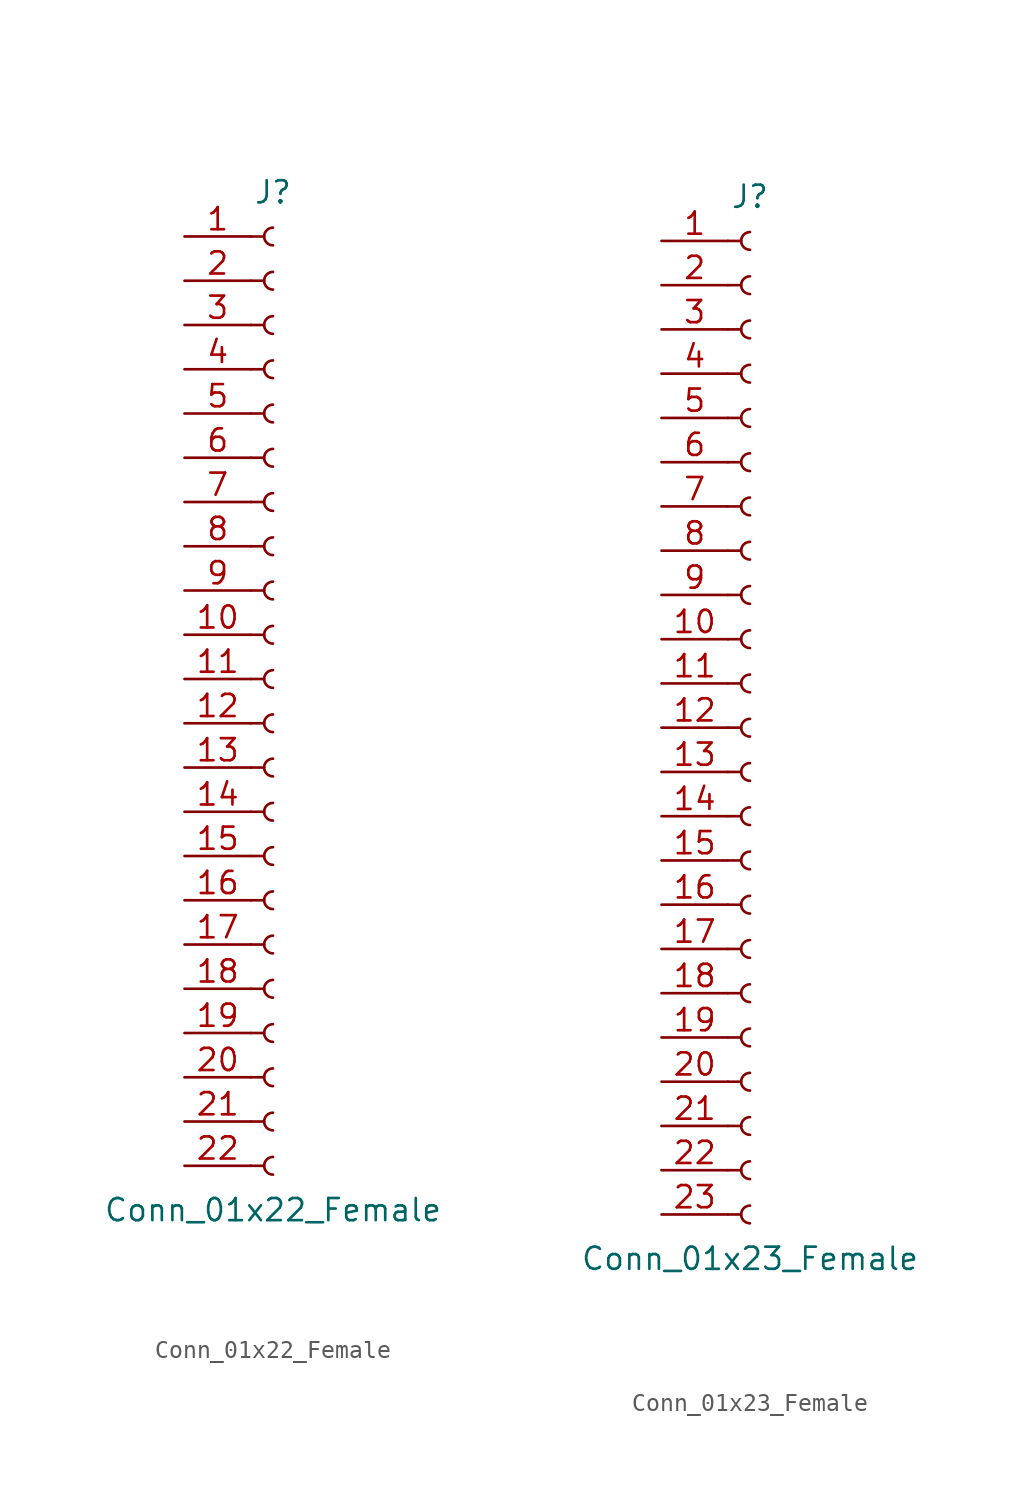
<source format=kicad_sym>
(kicad_symbol_lib
  (version 20211014)
  (generator kicad_symbol_editor)
  (symbol "Conn_01x22_Female"
    (pin_names
      (offset 1.016) hide)
    (property "Reference" "J"
      (at 0 27.94 0)
      (effects (font (size 1.27 1.27))))
    (property "Value" "Conn_01x22_Female"
      (at 0 -30.48 0)
      (effects (font (size 1.27 1.27))))
    (symbol "Conn_01x22_Female_1_1"
      (arc (start 0 -27.432) (mid -0.508 -27.94) (end 0 -28.448) (stroke (width 0.1524) (type default) (color 0 0 0 0)) (fill (type none)))
      (arc (start 0 -24.892) (mid -0.508 -25.4) (end 0 -25.908) (stroke (width 0.1524) (type default) (color 0 0 0 0)) (fill (type none)))
      (arc (start 0 -22.352) (mid -0.508 -22.86) (end 0 -23.368) (stroke (width 0.1524) (type default) (color 0 0 0 0)) (fill (type none)))
      (arc (start 0 -19.812) (mid -0.508 -20.32) (end 0 -20.828) (stroke (width 0.1524) (type default) (color 0 0 0 0)) (fill (type none)))
      (arc (start 0 -17.272) (mid -0.508 -17.78) (end 0 -18.288) (stroke (width 0.1524) (type default) (color 0 0 0 0)) (fill (type none)))
      (arc (start 0 -14.732) (mid -0.508 -15.24) (end 0 -15.748) (stroke (width 0.1524) (type default) (color 0 0 0 0)) (fill (type none)))
      (arc (start 0 -12.192) (mid -0.508 -12.7) (end 0 -13.208) (stroke (width 0.1524) (type default) (color 0 0 0 0)) (fill (type none)))
      (arc (start 0 -9.652) (mid -0.508 -10.16) (end 0 -10.668) (stroke (width 0.1524) (type default) (color 0 0 0 0)) (fill (type none)))
      (arc (start 0 -7.112) (mid -0.508 -7.62) (end 0 -8.128) (stroke (width 0.1524) (type default) (color 0 0 0 0)) (fill (type none)))
      (arc (start 0 -4.572) (mid -0.508 -5.08) (end 0 -5.588) (stroke (width 0.1524) (type default) (color 0 0 0 0)) (fill (type none)))
      (arc (start 0 -2.032) (mid -0.508 -2.54) (end 0 -3.048) (stroke (width 0.1524) (type default) (color 0 0 0 0)) (fill (type none)))
      (polyline (pts (xy -1.27 -27.94) (xy -0.508 -27.94)) (stroke (width 0.152) (type default) (color 0 0 0 0)) (fill (type none)))
      (polyline (pts (xy -1.27 -25.4) (xy -0.508 -25.4)) (stroke (width 0.152) (type default) (color 0 0 0 0)) (fill (type none)))
      (polyline (pts (xy -1.27 -22.86) (xy -0.508 -22.86)) (stroke (width 0.152) (type default) (color 0 0 0 0)) (fill (type none)))
      (polyline (pts (xy -1.27 -20.32) (xy -0.508 -20.32)) (stroke (width 0.152) (type default) (color 0 0 0 0)) (fill (type none)))
      (polyline (pts (xy -1.27 -17.78) (xy -0.508 -17.78)) (stroke (width 0.152) (type default) (color 0 0 0 0)) (fill (type none)))
      (polyline (pts (xy -1.27 -15.24) (xy -0.508 -15.24)) (stroke (width 0.152) (type default) (color 0 0 0 0)) (fill (type none)))
      (polyline (pts (xy -1.27 -12.7) (xy -0.508 -12.7)) (stroke (width 0.152) (type default) (color 0 0 0 0)) (fill (type none)))
      (polyline (pts (xy -1.27 -10.16) (xy -0.508 -10.16)) (stroke (width 0.152) (type default) (color 0 0 0 0)) (fill (type none)))
      (polyline (pts (xy -1.27 -7.62) (xy -0.508 -7.62)) (stroke (width 0.152) (type default) (color 0 0 0 0)) (fill (type none)))
      (polyline (pts (xy -1.27 -5.08) (xy -0.508 -5.08)) (stroke (width 0.152) (type default) (color 0 0 0 0)) (fill (type none)))
      (polyline (pts (xy -1.27 -2.54) (xy -0.508 -2.54)) (stroke (width 0.152) (type default) (color 0 0 0 0)) (fill (type none)))
      (polyline (pts (xy -1.27 0) (xy -0.508 0)) (stroke (width 0.152) (type default) (color 0 0 0 0)) (fill (type none)))
      (polyline (pts (xy -1.27 2.54) (xy -0.508 2.54)) (stroke (width 0.152) (type default) (color 0 0 0 0)) (fill (type none)))
      (polyline (pts (xy -1.27 5.08) (xy -0.508 5.08)) (stroke (width 0.152) (type default) (color 0 0 0 0)) (fill (type none)))
      (polyline (pts (xy -1.27 7.62) (xy -0.508 7.62)) (stroke (width 0.152) (type default) (color 0 0 0 0)) (fill (type none)))
      (polyline (pts (xy -1.27 10.16) (xy -0.508 10.16)) (stroke (width 0.152) (type default) (color 0 0 0 0)) (fill (type none)))
      (polyline (pts (xy -1.27 12.7) (xy -0.508 12.7)) (stroke (width 0.152) (type default) (color 0 0 0 0)) (fill (type none)))
      (polyline (pts (xy -1.27 15.24) (xy -0.508 15.24)) (stroke (width 0.152) (type default) (color 0 0 0 0)) (fill (type none)))
      (polyline (pts (xy -1.27 17.78) (xy -0.508 17.78)) (stroke (width 0.152) (type default) (color 0 0 0 0)) (fill (type none)))
      (polyline (pts (xy -1.27 20.32) (xy -0.508 20.32)) (stroke (width 0.152) (type default) (color 0 0 0 0)) (fill (type none)))
      (polyline (pts (xy -1.27 22.86) (xy -0.508 22.86)) (stroke (width 0.152) (type default) (color 0 0 0 0)) (fill (type none)))
      (polyline (pts (xy -1.27 25.4) (xy -0.508 25.4)) (stroke (width 0.152) (type default) (color 0 0 0 0)) (fill (type none)))
      (arc (start 0 0.508) (mid -0.508 0) (end 0 -0.508) (stroke (width 0.1524) (type default) (color 0 0 0 0)) (fill (type none)))
      (arc (start 0 3.048) (mid -0.508 2.54) (end 0 2.032) (stroke (width 0.1524) (type default) (color 0 0 0 0)) (fill (type none)))
      (arc (start 0 5.588) (mid -0.508 5.08) (end 0 4.572) (stroke (width 0.1524) (type default) (color 0 0 0 0)) (fill (type none)))
      (arc (start 0 8.128) (mid -0.508 7.62) (end 0 7.112) (stroke (width 0.1524) (type default) (color 0 0 0 0)) (fill (type none)))
      (arc (start 0 10.668) (mid -0.508 10.16) (end 0 9.652) (stroke (width 0.1524) (type default) (color 0 0 0 0)) (fill (type none)))
      (arc (start 0 13.208) (mid -0.508 12.7) (end 0 12.192) (stroke (width 0.1524) (type default) (color 0 0 0 0)) (fill (type none)))
      (arc (start 0 15.748) (mid -0.508 15.24) (end 0 14.732) (stroke (width 0.1524) (type default) (color 0 0 0 0)) (fill (type none)))
      (arc (start 0 18.288) (mid -0.508 17.78) (end 0 17.272) (stroke (width 0.1524) (type default) (color 0 0 0 0)) (fill (type none)))
      (arc (start 0 20.828) (mid -0.508 20.32) (end 0 19.812) (stroke (width 0.1524) (type default) (color 0 0 0 0)) (fill (type none)))
      (arc (start 0 23.368) (mid -0.508 22.86) (end 0 22.352) (stroke (width 0.1524) (type default) (color 0 0 0 0)) (fill (type none)))
      (arc (start 0 25.908) (mid -0.508 25.4) (end 0 24.892) (stroke (width 0.1524) (type default) (color 0 0 0 0)) (fill (type none)))
      (pin passive line (at -5.08 25.4 0) (length 3.81) (name "Pin_1" (effects (font (size 1.27 1.27)))) (number "1" (effects (font (size 1.27 1.27)))))
      (pin passive line (at -5.08 2.54 0) (length 3.81) (name "Pin_10" (effects (font (size 1.27 1.27)))) (number "10" (effects (font (size 1.27 1.27)))))
      (pin passive line (at -5.08 0 0) (length 3.81) (name "Pin_11" (effects (font (size 1.27 1.27)))) (number "11" (effects (font (size 1.27 1.27)))))
      (pin passive line (at -5.08 -2.54 0) (length 3.81) (name "Pin_12" (effects (font (size 1.27 1.27)))) (number "12" (effects (font (size 1.27 1.27)))))
      (pin passive line (at -5.08 -5.08 0) (length 3.81) (name "Pin_13" (effects (font (size 1.27 1.27)))) (number "13" (effects (font (size 1.27 1.27)))))
      (pin passive line (at -5.08 -7.62 0) (length 3.81) (name "Pin_14" (effects (font (size 1.27 1.27)))) (number "14" (effects (font (size 1.27 1.27)))))
      (pin passive line (at -5.08 -10.16 0) (length 3.81) (name "Pin_15" (effects (font (size 1.27 1.27)))) (number "15" (effects (font (size 1.27 1.27)))))
      (pin passive line (at -5.08 -12.7 0) (length 3.81) (name "Pin_16" (effects (font (size 1.27 1.27)))) (number "16" (effects (font (size 1.27 1.27)))))
      (pin passive line (at -5.08 -15.24 0) (length 3.81) (name "Pin_17" (effects (font (size 1.27 1.27)))) (number "17" (effects (font (size 1.27 1.27)))))
      (pin passive line (at -5.08 -17.78 0) (length 3.81) (name "Pin_18" (effects (font (size 1.27 1.27)))) (number "18" (effects (font (size 1.27 1.27)))))
      (pin passive line (at -5.08 -20.32 0) (length 3.81) (name "Pin_19" (effects (font (size 1.27 1.27)))) (number "19" (effects (font (size 1.27 1.27)))))
      (pin passive line (at -5.08 22.86 0) (length 3.81) (name "Pin_2" (effects (font (size 1.27 1.27)))) (number "2" (effects (font (size 1.27 1.27)))))
      (pin passive line (at -5.08 -22.86 0) (length 3.81) (name "Pin_20" (effects (font (size 1.27 1.27)))) (number "20" (effects (font (size 1.27 1.27)))))
      (pin passive line (at -5.08 -25.4 0) (length 3.81) (name "Pin_21" (effects (font (size 1.27 1.27)))) (number "21" (effects (font (size 1.27 1.27)))))
      (pin passive line (at -5.08 -27.94 0) (length 3.81) (name "Pin_22" (effects (font (size 1.27 1.27)))) (number "22" (effects (font (size 1.27 1.27)))))
      (pin passive line (at -5.08 20.32 0) (length 3.81) (name "Pin_3" (effects (font (size 1.27 1.27)))) (number "3" (effects (font (size 1.27 1.27)))))
      (pin passive line (at -5.08 17.78 0) (length 3.81) (name "Pin_4" (effects (font (size 1.27 1.27)))) (number "4" (effects (font (size 1.27 1.27)))))
      (pin passive line (at -5.08 15.24 0) (length 3.81) (name "Pin_5" (effects (font (size 1.27 1.27)))) (number "5" (effects (font (size 1.27 1.27)))))
      (pin passive line (at -5.08 12.7 0) (length 3.81) (name "Pin_6" (effects (font (size 1.27 1.27)))) (number "6" (effects (font (size 1.27 1.27)))))
      (pin passive line (at -5.08 10.16 0) (length 3.81) (name "Pin_7" (effects (font (size 1.27 1.27)))) (number "7" (effects (font (size 1.27 1.27)))))
      (pin passive line (at -5.08 7.62 0) (length 3.81) (name "Pin_8" (effects (font (size 1.27 1.27)))) (number "8" (effects (font (size 1.27 1.27)))))
      (pin passive line (at -5.08 5.08 0) (length 3.81) (name "Pin_9" (effects (font (size 1.27 1.27)))) (number "9" (effects (font (size 1.27 1.27)))))))
  (symbol "Conn_01x23_Female"
    (pin_names
      (offset 1.016) hide)
    (property "Reference" "J"
      (at 0 30.48 0)
      (effects (font (size 1.27 1.27))))
    (property "Value" "Conn_01x23_Female"
      (at 0 -30.48 0)
      (effects (font (size 1.27 1.27))))
    (symbol "Conn_01x23_Female_1_1"
      (arc (start 0 -27.432) (mid -0.508 -27.94) (end 0 -28.448) (stroke (width 0.1524) (type default) (color 0 0 0 0)) (fill (type none)))
      (arc (start 0 -24.892) (mid -0.508 -25.4) (end 0 -25.908) (stroke (width 0.1524) (type default) (color 0 0 0 0)) (fill (type none)))
      (arc (start 0 -22.352) (mid -0.508 -22.86) (end 0 -23.368) (stroke (width 0.1524) (type default) (color 0 0 0 0)) (fill (type none)))
      (arc (start 0 -19.812) (mid -0.508 -20.32) (end 0 -20.828) (stroke (width 0.1524) (type default) (color 0 0 0 0)) (fill (type none)))
      (arc (start 0 -17.272) (mid -0.508 -17.78) (end 0 -18.288) (stroke (width 0.1524) (type default) (color 0 0 0 0)) (fill (type none)))
      (arc (start 0 -14.732) (mid -0.508 -15.24) (end 0 -15.748) (stroke (width 0.1524) (type default) (color 0 0 0 0)) (fill (type none)))
      (arc (start 0 -12.192) (mid -0.508 -12.7) (end 0 -13.208) (stroke (width 0.1524) (type default) (color 0 0 0 0)) (fill (type none)))
      (arc (start 0 -9.652) (mid -0.508 -10.16) (end 0 -10.668) (stroke (width 0.1524) (type default) (color 0 0 0 0)) (fill (type none)))
      (arc (start 0 -7.112) (mid -0.508 -7.62) (end 0 -8.128) (stroke (width 0.1524) (type default) (color 0 0 0 0)) (fill (type none)))
      (arc (start 0 -4.572) (mid -0.508 -5.08) (end 0 -5.588) (stroke (width 0.1524) (type default) (color 0 0 0 0)) (fill (type none)))
      (arc (start 0 -2.032) (mid -0.508 -2.54) (end 0 -3.048) (stroke (width 0.1524) (type default) (color 0 0 0 0)) (fill (type none)))
      (polyline (pts (xy -1.27 -27.94) (xy -0.508 -27.94)) (stroke (width 0.152) (type default) (color 0 0 0 0)) (fill (type none)))
      (polyline (pts (xy -1.27 -25.4) (xy -0.508 -25.4)) (stroke (width 0.152) (type default) (color 0 0 0 0)) (fill (type none)))
      (polyline (pts (xy -1.27 -22.86) (xy -0.508 -22.86)) (stroke (width 0.152) (type default) (color 0 0 0 0)) (fill (type none)))
      (polyline (pts (xy -1.27 -20.32) (xy -0.508 -20.32)) (stroke (width 0.152) (type default) (color 0 0 0 0)) (fill (type none)))
      (polyline (pts (xy -1.27 -17.78) (xy -0.508 -17.78)) (stroke (width 0.152) (type default) (color 0 0 0 0)) (fill (type none)))
      (polyline (pts (xy -1.27 -15.24) (xy -0.508 -15.24)) (stroke (width 0.152) (type default) (color 0 0 0 0)) (fill (type none)))
      (polyline (pts (xy -1.27 -12.7) (xy -0.508 -12.7)) (stroke (width 0.152) (type default) (color 0 0 0 0)) (fill (type none)))
      (polyline (pts (xy -1.27 -10.16) (xy -0.508 -10.16)) (stroke (width 0.152) (type default) (color 0 0 0 0)) (fill (type none)))
      (polyline (pts (xy -1.27 -7.62) (xy -0.508 -7.62)) (stroke (width 0.152) (type default) (color 0 0 0 0)) (fill (type none)))
      (polyline (pts (xy -1.27 -5.08) (xy -0.508 -5.08)) (stroke (width 0.152) (type default) (color 0 0 0 0)) (fill (type none)))
      (polyline (pts (xy -1.27 -2.54) (xy -0.508 -2.54)) (stroke (width 0.152) (type default) (color 0 0 0 0)) (fill (type none)))
      (polyline (pts (xy -1.27 0) (xy -0.508 0)) (stroke (width 0.152) (type default) (color 0 0 0 0)) (fill (type none)))
      (polyline (pts (xy -1.27 2.54) (xy -0.508 2.54)) (stroke (width 0.152) (type default) (color 0 0 0 0)) (fill (type none)))
      (polyline (pts (xy -1.27 5.08) (xy -0.508 5.08)) (stroke (width 0.152) (type default) (color 0 0 0 0)) (fill (type none)))
      (polyline (pts (xy -1.27 7.62) (xy -0.508 7.62)) (stroke (width 0.152) (type default) (color 0 0 0 0)) (fill (type none)))
      (polyline (pts (xy -1.27 10.16) (xy -0.508 10.16)) (stroke (width 0.152) (type default) (color 0 0 0 0)) (fill (type none)))
      (polyline (pts (xy -1.27 12.7) (xy -0.508 12.7)) (stroke (width 0.152) (type default) (color 0 0 0 0)) (fill (type none)))
      (polyline (pts (xy -1.27 15.24) (xy -0.508 15.24)) (stroke (width 0.152) (type default) (color 0 0 0 0)) (fill (type none)))
      (polyline (pts (xy -1.27 17.78) (xy -0.508 17.78)) (stroke (width 0.152) (type default) (color 0 0 0 0)) (fill (type none)))
      (polyline (pts (xy -1.27 20.32) (xy -0.508 20.32)) (stroke (width 0.152) (type default) (color 0 0 0 0)) (fill (type none)))
      (polyline (pts (xy -1.27 22.86) (xy -0.508 22.86)) (stroke (width 0.152) (type default) (color 0 0 0 0)) (fill (type none)))
      (polyline (pts (xy -1.27 25.4) (xy -0.508 25.4)) (stroke (width 0.152) (type default) (color 0 0 0 0)) (fill (type none)))
      (polyline (pts (xy -1.27 27.94) (xy -0.508 27.94)) (stroke (width 0.152) (type default) (color 0 0 0 0)) (fill (type none)))
      (arc (start 0 0.508) (mid -0.508 0) (end 0 -0.508) (stroke (width 0.1524) (type default) (color 0 0 0 0)) (fill (type none)))
      (arc (start 0 3.048) (mid -0.508 2.54) (end 0 2.032) (stroke (width 0.1524) (type default) (color 0 0 0 0)) (fill (type none)))
      (arc (start 0 5.588) (mid -0.508 5.08) (end 0 4.572) (stroke (width 0.1524) (type default) (color 0 0 0 0)) (fill (type none)))
      (arc (start 0 8.128) (mid -0.508 7.62) (end 0 7.112) (stroke (width 0.1524) (type default) (color 0 0 0 0)) (fill (type none)))
      (arc (start 0 10.668) (mid -0.508 10.16) (end 0 9.652) (stroke (width 0.1524) (type default) (color 0 0 0 0)) (fill (type none)))
      (arc (start 0 13.208) (mid -0.508 12.7) (end 0 12.192) (stroke (width 0.1524) (type default) (color 0 0 0 0)) (fill (type none)))
      (arc (start 0 15.748) (mid -0.508 15.24) (end 0 14.732) (stroke (width 0.1524) (type default) (color 0 0 0 0)) (fill (type none)))
      (arc (start 0 18.288) (mid -0.508 17.78) (end 0 17.272) (stroke (width 0.1524) (type default) (color 0 0 0 0)) (fill (type none)))
      (arc (start 0 20.828) (mid -0.508 20.32) (end 0 19.812) (stroke (width 0.1524) (type default) (color 0 0 0 0)) (fill (type none)))
      (arc (start 0 23.368) (mid -0.508 22.86) (end 0 22.352) (stroke (width 0.1524) (type default) (color 0 0 0 0)) (fill (type none)))
      (arc (start 0 25.908) (mid -0.508 25.4) (end 0 24.892) (stroke (width 0.1524) (type default) (color 0 0 0 0)) (fill (type none)))
      (arc (start 0 28.448) (mid -0.508 27.94) (end 0 27.432) (stroke (width 0.1524) (type default) (color 0 0 0 0)) (fill (type none)))
      (pin passive line (at -5.08 27.94 0) (length 3.81) (name "Pin_1" (effects (font (size 1.27 1.27)))) (number "1" (effects (font (size 1.27 1.27)))))
      (pin passive line (at -5.08 5.08 0) (length 3.81) (name "Pin_10" (effects (font (size 1.27 1.27)))) (number "10" (effects (font (size 1.27 1.27)))))
      (pin passive line (at -5.08 2.54 0) (length 3.81) (name "Pin_11" (effects (font (size 1.27 1.27)))) (number "11" (effects (font (size 1.27 1.27)))))
      (pin passive line (at -5.08 0 0) (length 3.81) (name "Pin_12" (effects (font (size 1.27 1.27)))) (number "12" (effects (font (size 1.27 1.27)))))
      (pin passive line (at -5.08 -2.54 0) (length 3.81) (name "Pin_13" (effects (font (size 1.27 1.27)))) (number "13" (effects (font (size 1.27 1.27)))))
      (pin passive line (at -5.08 -5.08 0) (length 3.81) (name "Pin_14" (effects (font (size 1.27 1.27)))) (number "14" (effects (font (size 1.27 1.27)))))
      (pin passive line (at -5.08 -7.62 0) (length 3.81) (name "Pin_15" (effects (font (size 1.27 1.27)))) (number "15" (effects (font (size 1.27 1.27)))))
      (pin passive line (at -5.08 -10.16 0) (length 3.81) (name "Pin_16" (effects (font (size 1.27 1.27)))) (number "16" (effects (font (size 1.27 1.27)))))
      (pin passive line (at -5.08 -12.7 0) (length 3.81) (name "Pin_17" (effects (font (size 1.27 1.27)))) (number "17" (effects (font (size 1.27 1.27)))))
      (pin passive line (at -5.08 -15.24 0) (length 3.81) (name "Pin_18" (effects (font (size 1.27 1.27)))) (number "18" (effects (font (size 1.27 1.27)))))
      (pin passive line (at -5.08 -17.78 0) (length 3.81) (name "Pin_19" (effects (font (size 1.27 1.27)))) (number "19" (effects (font (size 1.27 1.27)))))
      (pin passive line (at -5.08 25.4 0) (length 3.81) (name "Pin_2" (effects (font (size 1.27 1.27)))) (number "2" (effects (font (size 1.27 1.27)))))
      (pin passive line (at -5.08 -20.32 0) (length 3.81) (name "Pin_20" (effects (font (size 1.27 1.27)))) (number "20" (effects (font (size 1.27 1.27)))))
      (pin passive line (at -5.08 -22.86 0) (length 3.81) (name "Pin_21" (effects (font (size 1.27 1.27)))) (number "21" (effects (font (size 1.27 1.27)))))
      (pin passive line (at -5.08 -25.4 0) (length 3.81) (name "Pin_22" (effects (font (size 1.27 1.27)))) (number "22" (effects (font (size 1.27 1.27)))))
      (pin passive line (at -5.08 -27.94 0) (length 3.81) (name "Pin_23" (effects (font (size 1.27 1.27)))) (number "23" (effects (font (size 1.27 1.27)))))
      (pin passive line (at -5.08 22.86 0) (length 3.81) (name "Pin_3" (effects (font (size 1.27 1.27)))) (number "3" (effects (font (size 1.27 1.27)))))
      (pin passive line (at -5.08 20.32 0) (length 3.81) (name "Pin_4" (effects (font (size 1.27 1.27)))) (number "4" (effects (font (size 1.27 1.27)))))
      (pin passive line (at -5.08 17.78 0) (length 3.81) (name "Pin_5" (effects (font (size 1.27 1.27)))) (number "5" (effects (font (size 1.27 1.27)))))
      (pin passive line (at -5.08 15.24 0) (length 3.81) (name "Pin_6" (effects (font (size 1.27 1.27)))) (number "6" (effects (font (size 1.27 1.27)))))
      (pin passive line (at -5.08 12.7 0) (length 3.81) (name "Pin_7" (effects (font (size 1.27 1.27)))) (number "7" (effects (font (size 1.27 1.27)))))
      (pin passive line (at -5.08 10.16 0) (length 3.81) (name "Pin_8" (effects (font (size 1.27 1.27)))) (number "8" (effects (font (size 1.27 1.27)))))
      (pin passive line (at -5.08 7.62 0) (length 3.81) (name "Pin_9" (effects (font (size 1.27 1.27)))) (number "9" (effects (font (size 1.27 1.27))))))))
</source>
